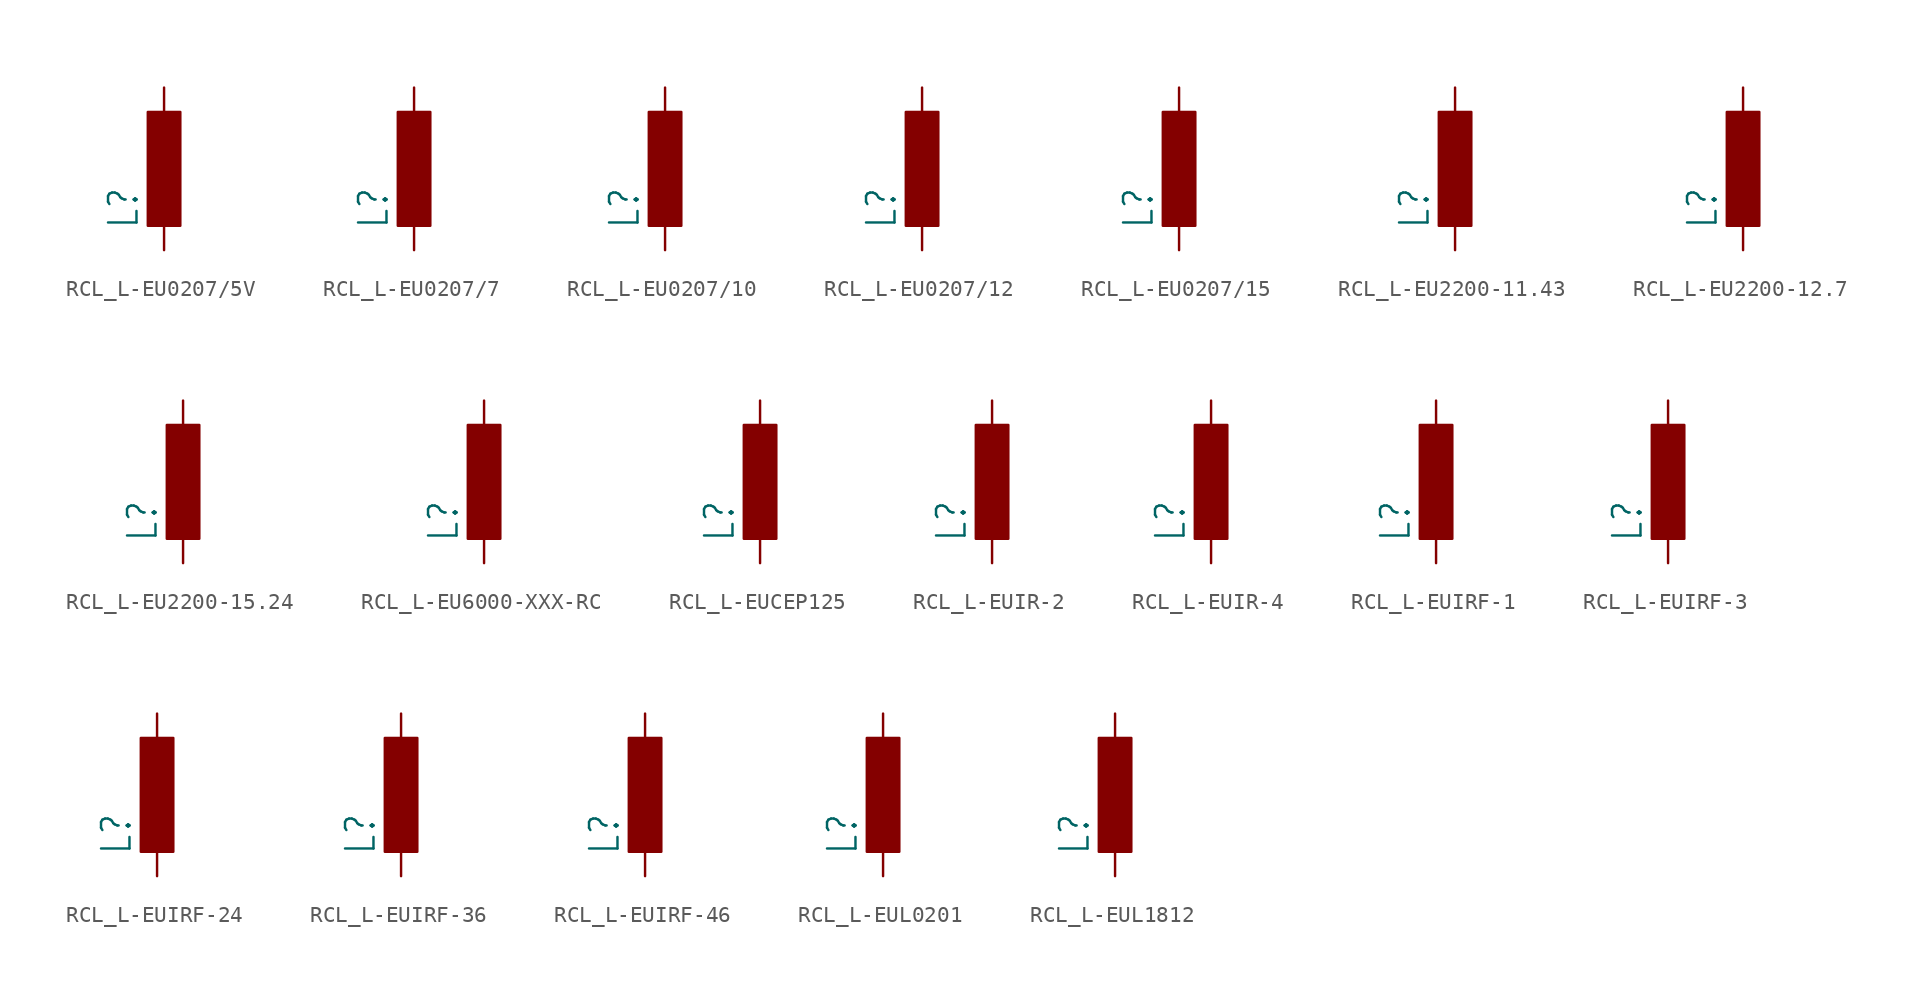
<source format=kicad_sym>
(kicad_symbol_lib
  (version 20241209)
  (generator "kicad_symbol_editor")
  (generator_version "9.0")
  (symbol "RCL_L-EU0207/5V"
    (property "Reference" "L"
      (at -1.499 -3.81 90)
      (effects (font (size 1.778 1.511)) (justify left bottom)))
    (property "Value" ""
      (at 3.302 -3.81 90)
      (effects (font (size 1.778 1.511)) (justify left bottom)))
    (property "ki_locked" ""
      (at 0 0 0)
      (effects (font (size 1.27 1.27))))
    (symbol "RCL_L-EU0207/5V_1_0"
      (rectangle (start -1.016 -3.556) (end 1.016 3.556) (stroke (width 0) (type default)) (fill (type outline)))
      (pin passive line (at 0 5.08 270) (length 2.54) (name "1" (effects (font (size 0 0)))) (number "1" (effects (font (size 0 0)))))
      (pin passive line (at 0 -5.08 90) (length 2.54) (name "2" (effects (font (size 0 0)))) (number "2" (effects (font (size 0 0)))))))
  (symbol "RCL_L-EU0207/7"
    (property "Reference" "L"
      (at -1.499 -3.81 90)
      (effects (font (size 1.778 1.511)) (justify left bottom)))
    (property "Value" ""
      (at 3.302 -3.81 90)
      (effects (font (size 1.778 1.511)) (justify left bottom)))
    (property "ki_locked" ""
      (at 0 0 0)
      (effects (font (size 1.27 1.27))))
    (symbol "RCL_L-EU0207/7_1_0"
      (rectangle (start -1.016 -3.556) (end 1.016 3.556) (stroke (width 0) (type default)) (fill (type outline)))
      (pin passive line (at 0 5.08 270) (length 2.54) (name "1" (effects (font (size 0 0)))) (number "1" (effects (font (size 0 0)))))
      (pin passive line (at 0 -5.08 90) (length 2.54) (name "2" (effects (font (size 0 0)))) (number "2" (effects (font (size 0 0)))))))
  (symbol "RCL_L-EU0207/10"
    (property "Reference" "L"
      (at -1.499 -3.81 90)
      (effects (font (size 1.778 1.511)) (justify left bottom)))
    (property "Value" ""
      (at 3.302 -3.81 90)
      (effects (font (size 1.778 1.511)) (justify left bottom)))
    (property "ki_locked" ""
      (at 0 0 0)
      (effects (font (size 1.27 1.27))))
    (symbol "RCL_L-EU0207/10_1_0"
      (rectangle (start -1.016 -3.556) (end 1.016 3.556) (stroke (width 0) (type default)) (fill (type outline)))
      (pin passive line (at 0 5.08 270) (length 2.54) (name "1" (effects (font (size 0 0)))) (number "1" (effects (font (size 0 0)))))
      (pin passive line (at 0 -5.08 90) (length 2.54) (name "2" (effects (font (size 0 0)))) (number "2" (effects (font (size 0 0)))))))
  (symbol "RCL_L-EU0207/12"
    (property "Reference" "L"
      (at -1.499 -3.81 90)
      (effects (font (size 1.778 1.511)) (justify left bottom)))
    (property "Value" ""
      (at 3.302 -3.81 90)
      (effects (font (size 1.778 1.511)) (justify left bottom)))
    (property "ki_locked" ""
      (at 0 0 0)
      (effects (font (size 1.27 1.27))))
    (symbol "RCL_L-EU0207/12_1_0"
      (rectangle (start -1.016 -3.556) (end 1.016 3.556) (stroke (width 0) (type default)) (fill (type outline)))
      (pin passive line (at 0 5.08 270) (length 2.54) (name "1" (effects (font (size 0 0)))) (number "1" (effects (font (size 0 0)))))
      (pin passive line (at 0 -5.08 90) (length 2.54) (name "2" (effects (font (size 0 0)))) (number "2" (effects (font (size 0 0)))))))
  (symbol "RCL_L-EU0207/15"
    (property "Reference" "L"
      (at -1.499 -3.81 90)
      (effects (font (size 1.778 1.511)) (justify left bottom)))
    (property "Value" ""
      (at 3.302 -3.81 90)
      (effects (font (size 1.778 1.511)) (justify left bottom)))
    (property "ki_locked" ""
      (at 0 0 0)
      (effects (font (size 1.27 1.27))))
    (symbol "RCL_L-EU0207/15_1_0"
      (rectangle (start -1.016 -3.556) (end 1.016 3.556) (stroke (width 0) (type default)) (fill (type outline)))
      (pin passive line (at 0 5.08 270) (length 2.54) (name "1" (effects (font (size 0 0)))) (number "1" (effects (font (size 0 0)))))
      (pin passive line (at 0 -5.08 90) (length 2.54) (name "2" (effects (font (size 0 0)))) (number "2" (effects (font (size 0 0)))))))
  (symbol "RCL_L-EU2200-11.43"
    (property "Reference" "L"
      (at -1.499 -3.81 90)
      (effects (font (size 1.778 1.511)) (justify left bottom)))
    (property "Value" ""
      (at 3.302 -3.81 90)
      (effects (font (size 1.778 1.511)) (justify left bottom)))
    (property "ki_locked" ""
      (at 0 0 0)
      (effects (font (size 1.27 1.27))))
    (symbol "RCL_L-EU2200-11.43_1_0"
      (rectangle (start -1.016 -3.556) (end 1.016 3.556) (stroke (width 0) (type default)) (fill (type outline)))
      (pin passive line (at 0 5.08 270) (length 2.54) (name "1" (effects (font (size 0 0)))) (number "1" (effects (font (size 0 0)))))
      (pin passive line (at 0 -5.08 90) (length 2.54) (name "2" (effects (font (size 0 0)))) (number "2" (effects (font (size 0 0)))))))
  (symbol "RCL_L-EU2200-12.7"
    (property "Reference" "L"
      (at -1.499 -3.81 90)
      (effects (font (size 1.778 1.511)) (justify left bottom)))
    (property "Value" ""
      (at 3.302 -3.81 90)
      (effects (font (size 1.778 1.511)) (justify left bottom)))
    (property "ki_locked" ""
      (at 0 0 0)
      (effects (font (size 1.27 1.27))))
    (symbol "RCL_L-EU2200-12.7_1_0"
      (rectangle (start -1.016 -3.556) (end 1.016 3.556) (stroke (width 0) (type default)) (fill (type outline)))
      (pin passive line (at 0 5.08 270) (length 2.54) (name "1" (effects (font (size 0 0)))) (number "1" (effects (font (size 0 0)))))
      (pin passive line (at 0 -5.08 90) (length 2.54) (name "2" (effects (font (size 0 0)))) (number "2" (effects (font (size 0 0)))))))
  (symbol "RCL_L-EU2200-15.24"
    (property "Reference" "L"
      (at -1.499 -3.81 90)
      (effects (font (size 1.778 1.511)) (justify left bottom)))
    (property "Value" ""
      (at 3.302 -3.81 90)
      (effects (font (size 1.778 1.511)) (justify left bottom)))
    (property "ki_locked" ""
      (at 0 0 0)
      (effects (font (size 1.27 1.27))))
    (symbol "RCL_L-EU2200-15.24_1_0"
      (rectangle (start -1.016 -3.556) (end 1.016 3.556) (stroke (width 0) (type default)) (fill (type outline)))
      (pin passive line (at 0 5.08 270) (length 2.54) (name "1" (effects (font (size 0 0)))) (number "1" (effects (font (size 0 0)))))
      (pin passive line (at 0 -5.08 90) (length 2.54) (name "2" (effects (font (size 0 0)))) (number "2" (effects (font (size 0 0)))))))
  (symbol "RCL_L-EU6000-XXX-RC"
    (property "Reference" "L"
      (at -1.499 -3.81 90)
      (effects (font (size 1.778 1.511)) (justify left bottom)))
    (property "Value" ""
      (at 3.302 -3.81 90)
      (effects (font (size 1.778 1.511)) (justify left bottom)))
    (property "ki_locked" ""
      (at 0 0 0)
      (effects (font (size 1.27 1.27))))
    (symbol "RCL_L-EU6000-XXX-RC_1_0"
      (rectangle (start -1.016 -3.556) (end 1.016 3.556) (stroke (width 0) (type default)) (fill (type outline)))
      (pin passive line (at 0 5.08 270) (length 2.54) (name "1" (effects (font (size 0 0)))) (number "1" (effects (font (size 0 0)))))
      (pin passive line (at 0 -5.08 90) (length 2.54) (name "2" (effects (font (size 0 0)))) (number "2" (effects (font (size 0 0)))))))
  (symbol "RCL_L-EUCEP125"
    (property "Reference" "L"
      (at -1.499 -3.81 90)
      (effects (font (size 1.778 1.511)) (justify left bottom)))
    (property "Value" ""
      (at 3.302 -3.81 90)
      (effects (font (size 1.778 1.511)) (justify left bottom)))
    (property "ki_locked" ""
      (at 0 0 0)
      (effects (font (size 1.27 1.27))))
    (symbol "RCL_L-EUCEP125_1_0"
      (rectangle (start -1.016 -3.556) (end 1.016 3.556) (stroke (width 0) (type default)) (fill (type outline)))
      (pin passive line (at 0 5.08 270) (length 2.54) (name "1" (effects (font (size 0 0)))) (number "1" (effects (font (size 0 0)))))
      (pin passive line (at 0 -5.08 90) (length 2.54) (name "2" (effects (font (size 0 0)))) (number "2" (effects (font (size 0 0)))))))
  (symbol "RCL_L-EUIR-2"
    (property "Reference" "L"
      (at -1.499 -3.81 90)
      (effects (font (size 1.778 1.511)) (justify left bottom)))
    (property "Value" ""
      (at 3.302 -3.81 90)
      (effects (font (size 1.778 1.511)) (justify left bottom)))
    (property "ki_locked" ""
      (at 0 0 0)
      (effects (font (size 1.27 1.27))))
    (symbol "RCL_L-EUIR-2_1_0"
      (rectangle (start -1.016 -3.556) (end 1.016 3.556) (stroke (width 0) (type default)) (fill (type outline)))
      (pin passive line (at 0 5.08 270) (length 2.54) (name "1" (effects (font (size 0 0)))) (number "1" (effects (font (size 0 0)))))
      (pin passive line (at 0 -5.08 90) (length 2.54) (name "2" (effects (font (size 0 0)))) (number "2" (effects (font (size 0 0)))))))
  (symbol "RCL_L-EUIR-4"
    (property "Reference" "L"
      (at -1.499 -3.81 90)
      (effects (font (size 1.778 1.511)) (justify left bottom)))
    (property "Value" ""
      (at 3.302 -3.81 90)
      (effects (font (size 1.778 1.511)) (justify left bottom)))
    (property "ki_locked" ""
      (at 0 0 0)
      (effects (font (size 1.27 1.27))))
    (symbol "RCL_L-EUIR-4_1_0"
      (rectangle (start -1.016 -3.556) (end 1.016 3.556) (stroke (width 0) (type default)) (fill (type outline)))
      (pin passive line (at 0 5.08 270) (length 2.54) (name "1" (effects (font (size 0 0)))) (number "1" (effects (font (size 0 0)))))
      (pin passive line (at 0 -5.08 90) (length 2.54) (name "2" (effects (font (size 0 0)))) (number "2" (effects (font (size 0 0)))))))
  (symbol "RCL_L-EUIRF-1"
    (property "Reference" "L"
      (at -1.499 -3.81 90)
      (effects (font (size 1.778 1.511)) (justify left bottom)))
    (property "Value" ""
      (at 3.302 -3.81 90)
      (effects (font (size 1.778 1.511)) (justify left bottom)))
    (property "ki_locked" ""
      (at 0 0 0)
      (effects (font (size 1.27 1.27))))
    (symbol "RCL_L-EUIRF-1_1_0"
      (rectangle (start -1.016 -3.556) (end 1.016 3.556) (stroke (width 0) (type default)) (fill (type outline)))
      (pin passive line (at 0 5.08 270) (length 2.54) (name "1" (effects (font (size 0 0)))) (number "1" (effects (font (size 0 0)))))
      (pin passive line (at 0 -5.08 90) (length 2.54) (name "2" (effects (font (size 0 0)))) (number "2" (effects (font (size 0 0)))))))
  (symbol "RCL_L-EUIRF-3"
    (property "Reference" "L"
      (at -1.499 -3.81 90)
      (effects (font (size 1.778 1.511)) (justify left bottom)))
    (property "Value" ""
      (at 3.302 -3.81 90)
      (effects (font (size 1.778 1.511)) (justify left bottom)))
    (property "ki_locked" ""
      (at 0 0 0)
      (effects (font (size 1.27 1.27))))
    (symbol "RCL_L-EUIRF-3_1_0"
      (rectangle (start -1.016 -3.556) (end 1.016 3.556) (stroke (width 0) (type default)) (fill (type outline)))
      (pin passive line (at 0 5.08 270) (length 2.54) (name "1" (effects (font (size 0 0)))) (number "1" (effects (font (size 0 0)))))
      (pin passive line (at 0 -5.08 90) (length 2.54) (name "2" (effects (font (size 0 0)))) (number "2" (effects (font (size 0 0)))))))
  (symbol "RCL_L-EUIRF-24"
    (property "Reference" "L"
      (at -1.499 -3.81 90)
      (effects (font (size 1.778 1.511)) (justify left bottom)))
    (property "Value" ""
      (at 3.302 -3.81 90)
      (effects (font (size 1.778 1.511)) (justify left bottom)))
    (property "ki_locked" ""
      (at 0 0 0)
      (effects (font (size 1.27 1.27))))
    (symbol "RCL_L-EUIRF-24_1_0"
      (rectangle (start -1.016 -3.556) (end 1.016 3.556) (stroke (width 0) (type default)) (fill (type outline)))
      (pin passive line (at 0 5.08 270) (length 2.54) (name "1" (effects (font (size 0 0)))) (number "1" (effects (font (size 0 0)))))
      (pin passive line (at 0 -5.08 90) (length 2.54) (name "2" (effects (font (size 0 0)))) (number "2" (effects (font (size 0 0)))))))
  (symbol "RCL_L-EUIRF-36"
    (property "Reference" "L"
      (at -1.499 -3.81 90)
      (effects (font (size 1.778 1.511)) (justify left bottom)))
    (property "Value" ""
      (at 3.302 -3.81 90)
      (effects (font (size 1.778 1.511)) (justify left bottom)))
    (property "ki_locked" ""
      (at 0 0 0)
      (effects (font (size 1.27 1.27))))
    (symbol "RCL_L-EUIRF-36_1_0"
      (rectangle (start -1.016 -3.556) (end 1.016 3.556) (stroke (width 0) (type default)) (fill (type outline)))
      (pin passive line (at 0 5.08 270) (length 2.54) (name "1" (effects (font (size 0 0)))) (number "1" (effects (font (size 0 0)))))
      (pin passive line (at 0 -5.08 90) (length 2.54) (name "2" (effects (font (size 0 0)))) (number "2" (effects (font (size 0 0)))))))
  (symbol "RCL_L-EUIRF-46"
    (property "Reference" "L"
      (at -1.499 -3.81 90)
      (effects (font (size 1.778 1.511)) (justify left bottom)))
    (property "Value" ""
      (at 3.302 -3.81 90)
      (effects (font (size 1.778 1.511)) (justify left bottom)))
    (property "ki_locked" ""
      (at 0 0 0)
      (effects (font (size 1.27 1.27))))
    (symbol "RCL_L-EUIRF-46_1_0"
      (rectangle (start -1.016 -3.556) (end 1.016 3.556) (stroke (width 0) (type default)) (fill (type outline)))
      (pin passive line (at 0 5.08 270) (length 2.54) (name "1" (effects (font (size 0 0)))) (number "1" (effects (font (size 0 0)))))
      (pin passive line (at 0 -5.08 90) (length 2.54) (name "2" (effects (font (size 0 0)))) (number "2" (effects (font (size 0 0)))))))
  (symbol "RCL_L-EUL0201"
    (property "Reference" "L"
      (at -1.499 -3.81 90)
      (effects (font (size 1.778 1.511)) (justify left bottom)))
    (property "Value" ""
      (at 3.302 -3.81 90)
      (effects (font (size 1.778 1.511)) (justify left bottom)))
    (property "ki_locked" ""
      (at 0 0 0)
      (effects (font (size 1.27 1.27))))
    (symbol "RCL_L-EUL0201_1_0"
      (rectangle (start -1.016 -3.556) (end 1.016 3.556) (stroke (width 0) (type default)) (fill (type outline)))
      (pin passive line (at 0 5.08 270) (length 2.54) (name "1" (effects (font (size 0 0)))) (number "1" (effects (font (size 0 0)))))
      (pin passive line (at 0 -5.08 90) (length 2.54) (name "2" (effects (font (size 0 0)))) (number "2" (effects (font (size 0 0)))))))
  (symbol "RCL_L-EUL1812"
    (property "Reference" "L"
      (at -1.499 -3.81 90)
      (effects (font (size 1.778 1.511)) (justify left bottom)))
    (property "Value" ""
      (at 3.302 -3.81 90)
      (effects (font (size 1.778 1.511)) (justify left bottom)))
    (property "ki_locked" ""
      (at 0 0 0)
      (effects (font (size 1.27 1.27))))
    (symbol "RCL_L-EUL1812_1_0"
      (rectangle (start -1.016 -3.556) (end 1.016 3.556) (stroke (width 0) (type default)) (fill (type outline)))
      (pin passive line (at 0 5.08 270) (length 2.54) (name "1" (effects (font (size 0 0)))) (number "1" (effects (font (size 0 0)))))
      (pin passive line (at 0 -5.08 90) (length 2.54) (name "2" (effects (font (size 0 0)))) (number "2" (effects (font (size 0 0))))))))
</source>
